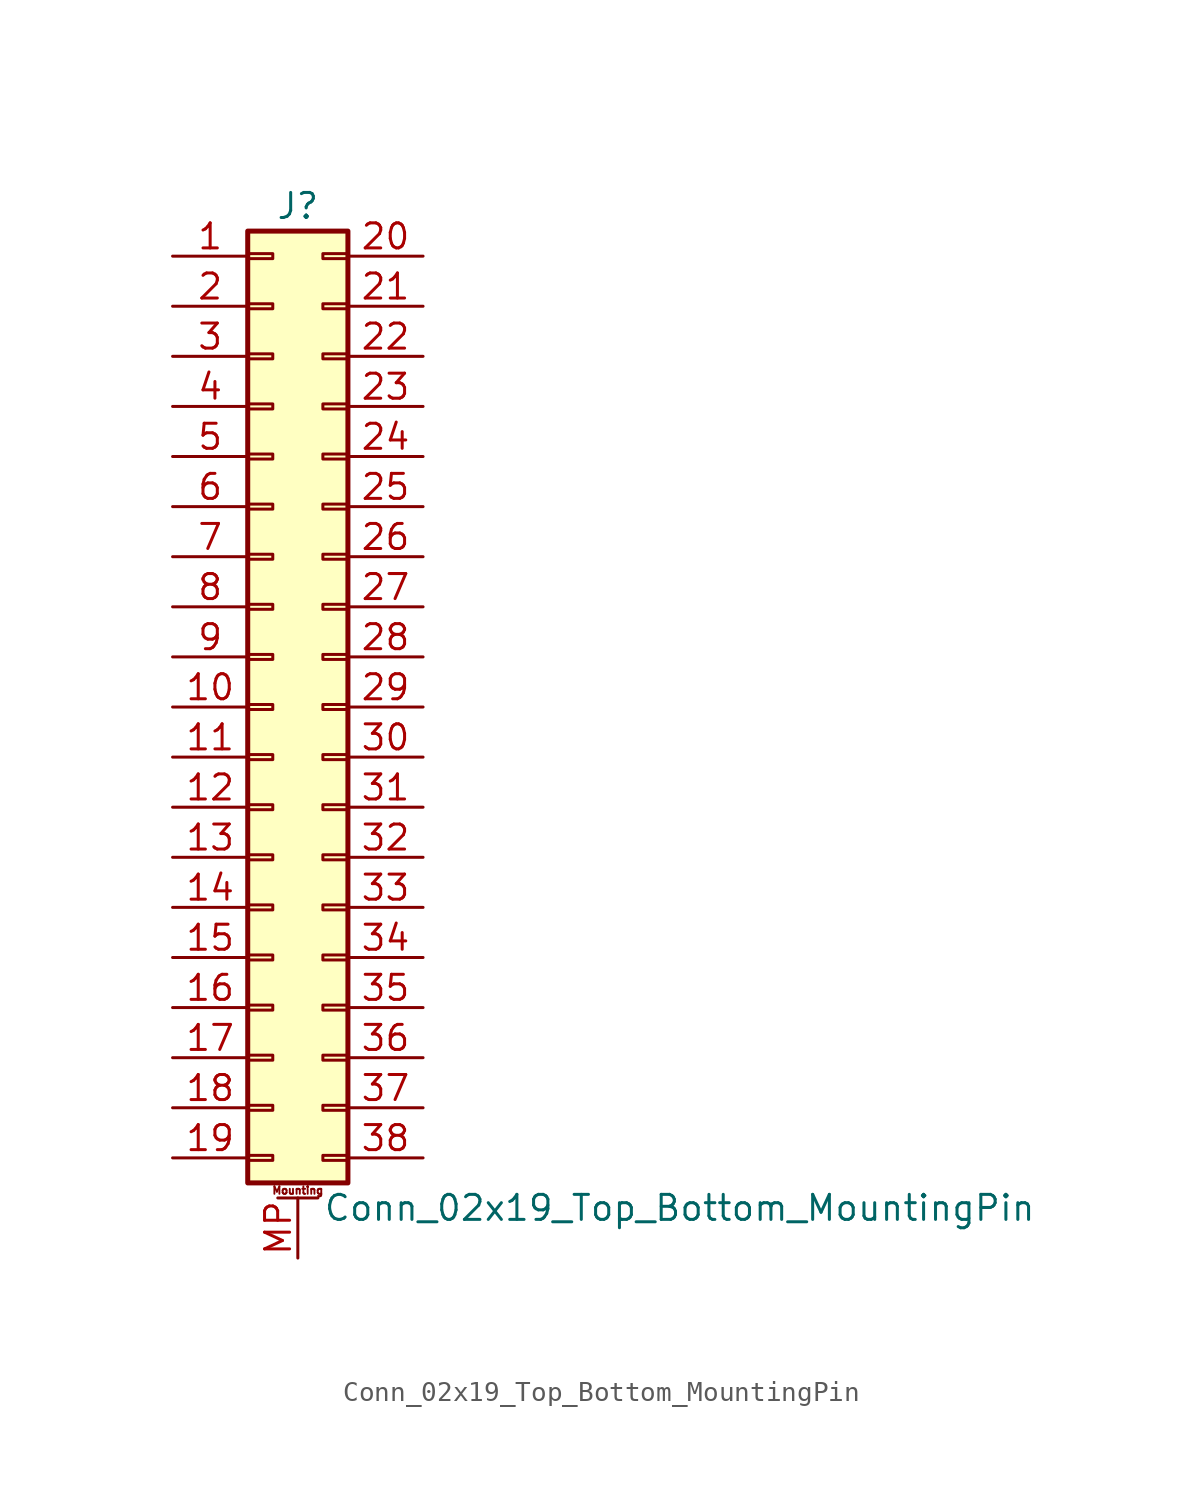
<source format=kicad_sym>
(kicad_symbol_lib
  (version 20201005)
  (generator kicad_symbol_editor)
  (symbol "Conn_02x19_Top_Bottom_MountingPin"
    (pin_names
      (offset 1.016) hide)
    (property "Reference" "J"
      (at 1.27 25.4 0)
      (effects (font (size 1.27 1.27))))
    (property "Value" "Conn_02x19_Top_Bottom_MountingPin"
      (at 2.54 -25.4 0)
      (effects (font (size 1.27 1.27)) (justify left)))
    (symbol "Conn_02x19_Top_Bottom_MountingPin_1_1"
      (text "Mounting" (at 1.27 -24.511 0) (effects (font (size 0.381 0.381))))
      (rectangle (start -1.27 -22.733) (end 0 -22.987) (stroke (width 0.152)) (fill (type none)))
      (rectangle (start -1.27 -20.193) (end 0 -20.447) (stroke (width 0.152)) (fill (type none)))
      (rectangle (start -1.27 -17.653) (end 0 -17.907) (stroke (width 0.152)) (fill (type none)))
      (rectangle (start -1.27 -15.113) (end 0 -15.367) (stroke (width 0.152)) (fill (type none)))
      (rectangle (start -1.27 -12.573) (end 0 -12.827) (stroke (width 0.152)) (fill (type none)))
      (rectangle (start -1.27 -10.033) (end 0 -10.287) (stroke (width 0.152)) (fill (type none)))
      (rectangle (start -1.27 -7.493) (end 0 -7.747) (stroke (width 0.152)) (fill (type none)))
      (rectangle (start -1.27 -4.953) (end 0 -5.207) (stroke (width 0.152)) (fill (type none)))
      (rectangle (start -1.27 -2.413) (end 0 -2.667) (stroke (width 0.152)) (fill (type none)))
      (rectangle (start -1.27 0.127) (end 0 -0.127) (stroke (width 0.152)) (fill (type none)))
      (rectangle (start -1.27 2.667) (end 0 2.413) (stroke (width 0.152)) (fill (type none)))
      (rectangle (start -1.27 5.207) (end 0 4.953) (stroke (width 0.152)) (fill (type none)))
      (rectangle (start -1.27 7.747) (end 0 7.493) (stroke (width 0.152)) (fill (type none)))
      (rectangle (start -1.27 10.287) (end 0 10.033) (stroke (width 0.152)) (fill (type none)))
      (rectangle (start -1.27 12.827) (end 0 12.573) (stroke (width 0.152)) (fill (type none)))
      (rectangle (start -1.27 15.367) (end 0 15.113) (stroke (width 0.152)) (fill (type none)))
      (rectangle (start -1.27 17.907) (end 0 17.653) (stroke (width 0.152)) (fill (type none)))
      (rectangle (start -1.27 20.447) (end 0 20.193) (stroke (width 0.152)) (fill (type none)))
      (rectangle (start -1.27 22.987) (end 0 22.733) (stroke (width 0.152)) (fill (type none)))
      (rectangle (start 3.81 -22.733) (end 2.54 -22.987) (stroke (width 0.152)) (fill (type none)))
      (rectangle (start 3.81 -20.193) (end 2.54 -20.447) (stroke (width 0.152)) (fill (type none)))
      (rectangle (start 3.81 -17.653) (end 2.54 -17.907) (stroke (width 0.152)) (fill (type none)))
      (rectangle (start 3.81 -15.113) (end 2.54 -15.367) (stroke (width 0.152)) (fill (type none)))
      (rectangle (start 3.81 -12.573) (end 2.54 -12.827) (stroke (width 0.152)) (fill (type none)))
      (rectangle (start 3.81 -10.033) (end 2.54 -10.287) (stroke (width 0.152)) (fill (type none)))
      (rectangle (start 3.81 -7.493) (end 2.54 -7.747) (stroke (width 0.152)) (fill (type none)))
      (rectangle (start 3.81 -4.953) (end 2.54 -5.207) (stroke (width 0.152)) (fill (type none)))
      (rectangle (start 3.81 -2.413) (end 2.54 -2.667) (stroke (width 0.152)) (fill (type none)))
      (rectangle (start 3.81 0.127) (end 2.54 -0.127) (stroke (width 0.152)) (fill (type none)))
      (rectangle (start 3.81 2.667) (end 2.54 2.413) (stroke (width 0.152)) (fill (type none)))
      (rectangle (start 3.81 5.207) (end 2.54 4.953) (stroke (width 0.152)) (fill (type none)))
      (rectangle (start 3.81 7.747) (end 2.54 7.493) (stroke (width 0.152)) (fill (type none)))
      (rectangle (start 3.81 10.287) (end 2.54 10.033) (stroke (width 0.152)) (fill (type none)))
      (rectangle (start 3.81 12.827) (end 2.54 12.573) (stroke (width 0.152)) (fill (type none)))
      (rectangle (start 3.81 15.367) (end 2.54 15.113) (stroke (width 0.152)) (fill (type none)))
      (rectangle (start 3.81 17.907) (end 2.54 17.653) (stroke (width 0.152)) (fill (type none)))
      (rectangle (start 3.81 20.447) (end 2.54 20.193) (stroke (width 0.152)) (fill (type none)))
      (rectangle (start 3.81 22.987) (end 2.54 22.733) (stroke (width 0.152)) (fill (type none)))
      (rectangle (start -1.27 24.13) (end 3.81 -24.13) (stroke (width 0.254)) (fill (type background)))
      (polyline (pts (xy 0.254 -24.892) (xy 2.286 -24.892)) (stroke (width 0.152)) (fill (type none)))
      (pin passive line (at -5.08 22.86 0) (length 3.81) (name "Pin_1" (effects (font (size 1.27 1.27)))) (number "1" (effects (font (size 1.27 1.27)))))
      (pin passive line (at -5.08 0 0) (length 3.81) (name "Pin_10" (effects (font (size 1.27 1.27)))) (number "10" (effects (font (size 1.27 1.27)))))
      (pin passive line (at -5.08 -2.54 0) (length 3.81) (name "Pin_11" (effects (font (size 1.27 1.27)))) (number "11" (effects (font (size 1.27 1.27)))))
      (pin passive line (at -5.08 -5.08 0) (length 3.81) (name "Pin_12" (effects (font (size 1.27 1.27)))) (number "12" (effects (font (size 1.27 1.27)))))
      (pin passive line (at -5.08 -7.62 0) (length 3.81) (name "Pin_13" (effects (font (size 1.27 1.27)))) (number "13" (effects (font (size 1.27 1.27)))))
      (pin passive line (at -5.08 -10.16 0) (length 3.81) (name "Pin_14" (effects (font (size 1.27 1.27)))) (number "14" (effects (font (size 1.27 1.27)))))
      (pin passive line (at -5.08 -12.7 0) (length 3.81) (name "Pin_15" (effects (font (size 1.27 1.27)))) (number "15" (effects (font (size 1.27 1.27)))))
      (pin passive line (at -5.08 -15.24 0) (length 3.81) (name "Pin_16" (effects (font (size 1.27 1.27)))) (number "16" (effects (font (size 1.27 1.27)))))
      (pin passive line (at -5.08 -17.78 0) (length 3.81) (name "Pin_17" (effects (font (size 1.27 1.27)))) (number "17" (effects (font (size 1.27 1.27)))))
      (pin passive line (at -5.08 -20.32 0) (length 3.81) (name "Pin_18" (effects (font (size 1.27 1.27)))) (number "18" (effects (font (size 1.27 1.27)))))
      (pin passive line (at -5.08 -22.86 0) (length 3.81) (name "Pin_19" (effects (font (size 1.27 1.27)))) (number "19" (effects (font (size 1.27 1.27)))))
      (pin passive line (at -5.08 20.32 0) (length 3.81) (name "Pin_2" (effects (font (size 1.27 1.27)))) (number "2" (effects (font (size 1.27 1.27)))))
      (pin passive line (at 7.62 22.86 180) (length 3.81) (name "Pin_20" (effects (font (size 1.27 1.27)))) (number "20" (effects (font (size 1.27 1.27)))))
      (pin passive line (at 7.62 20.32 180) (length 3.81) (name "Pin_21" (effects (font (size 1.27 1.27)))) (number "21" (effects (font (size 1.27 1.27)))))
      (pin passive line (at 7.62 17.78 180) (length 3.81) (name "Pin_22" (effects (font (size 1.27 1.27)))) (number "22" (effects (font (size 1.27 1.27)))))
      (pin passive line (at 7.62 15.24 180) (length 3.81) (name "Pin_23" (effects (font (size 1.27 1.27)))) (number "23" (effects (font (size 1.27 1.27)))))
      (pin passive line (at 7.62 12.7 180) (length 3.81) (name "Pin_24" (effects (font (size 1.27 1.27)))) (number "24" (effects (font (size 1.27 1.27)))))
      (pin passive line (at 7.62 10.16 180) (length 3.81) (name "Pin_25" (effects (font (size 1.27 1.27)))) (number "25" (effects (font (size 1.27 1.27)))))
      (pin passive line (at 7.62 7.62 180) (length 3.81) (name "Pin_26" (effects (font (size 1.27 1.27)))) (number "26" (effects (font (size 1.27 1.27)))))
      (pin passive line (at 7.62 5.08 180) (length 3.81) (name "Pin_27" (effects (font (size 1.27 1.27)))) (number "27" (effects (font (size 1.27 1.27)))))
      (pin passive line (at 7.62 2.54 180) (length 3.81) (name "Pin_28" (effects (font (size 1.27 1.27)))) (number "28" (effects (font (size 1.27 1.27)))))
      (pin passive line (at 7.62 0 180) (length 3.81) (name "Pin_29" (effects (font (size 1.27 1.27)))) (number "29" (effects (font (size 1.27 1.27)))))
      (pin passive line (at -5.08 17.78 0) (length 3.81) (name "Pin_3" (effects (font (size 1.27 1.27)))) (number "3" (effects (font (size 1.27 1.27)))))
      (pin passive line (at 7.62 -2.54 180) (length 3.81) (name "Pin_30" (effects (font (size 1.27 1.27)))) (number "30" (effects (font (size 1.27 1.27)))))
      (pin passive line (at 7.62 -5.08 180) (length 3.81) (name "Pin_31" (effects (font (size 1.27 1.27)))) (number "31" (effects (font (size 1.27 1.27)))))
      (pin passive line (at 7.62 -7.62 180) (length 3.81) (name "Pin_32" (effects (font (size 1.27 1.27)))) (number "32" (effects (font (size 1.27 1.27)))))
      (pin passive line (at 7.62 -10.16 180) (length 3.81) (name "Pin_33" (effects (font (size 1.27 1.27)))) (number "33" (effects (font (size 1.27 1.27)))))
      (pin passive line (at 7.62 -12.7 180) (length 3.81) (name "Pin_34" (effects (font (size 1.27 1.27)))) (number "34" (effects (font (size 1.27 1.27)))))
      (pin passive line (at 7.62 -15.24 180) (length 3.81) (name "Pin_35" (effects (font (size 1.27 1.27)))) (number "35" (effects (font (size 1.27 1.27)))))
      (pin passive line (at 7.62 -17.78 180) (length 3.81) (name "Pin_36" (effects (font (size 1.27 1.27)))) (number "36" (effects (font (size 1.27 1.27)))))
      (pin passive line (at 7.62 -20.32 180) (length 3.81) (name "Pin_37" (effects (font (size 1.27 1.27)))) (number "37" (effects (font (size 1.27 1.27)))))
      (pin passive line (at 7.62 -22.86 180) (length 3.81) (name "Pin_38" (effects (font (size 1.27 1.27)))) (number "38" (effects (font (size 1.27 1.27)))))
      (pin passive line (at -5.08 15.24 0) (length 3.81) (name "Pin_4" (effects (font (size 1.27 1.27)))) (number "4" (effects (font (size 1.27 1.27)))))
      (pin passive line (at -5.08 12.7 0) (length 3.81) (name "Pin_5" (effects (font (size 1.27 1.27)))) (number "5" (effects (font (size 1.27 1.27)))))
      (pin passive line (at -5.08 10.16 0) (length 3.81) (name "Pin_6" (effects (font (size 1.27 1.27)))) (number "6" (effects (font (size 1.27 1.27)))))
      (pin passive line (at -5.08 7.62 0) (length 3.81) (name "Pin_7" (effects (font (size 1.27 1.27)))) (number "7" (effects (font (size 1.27 1.27)))))
      (pin passive line (at -5.08 5.08 0) (length 3.81) (name "Pin_8" (effects (font (size 1.27 1.27)))) (number "8" (effects (font (size 1.27 1.27)))))
      (pin passive line (at -5.08 2.54 0) (length 3.81) (name "Pin_9" (effects (font (size 1.27 1.27)))) (number "9" (effects (font (size 1.27 1.27)))))
      (pin passive line (at 1.27 -27.94 90) (length 3.048) (name "MountPin" (effects (font (size 1.27 1.27)))) (number "MP" (effects (font (size 1.27 1.27))))))))
</source>
